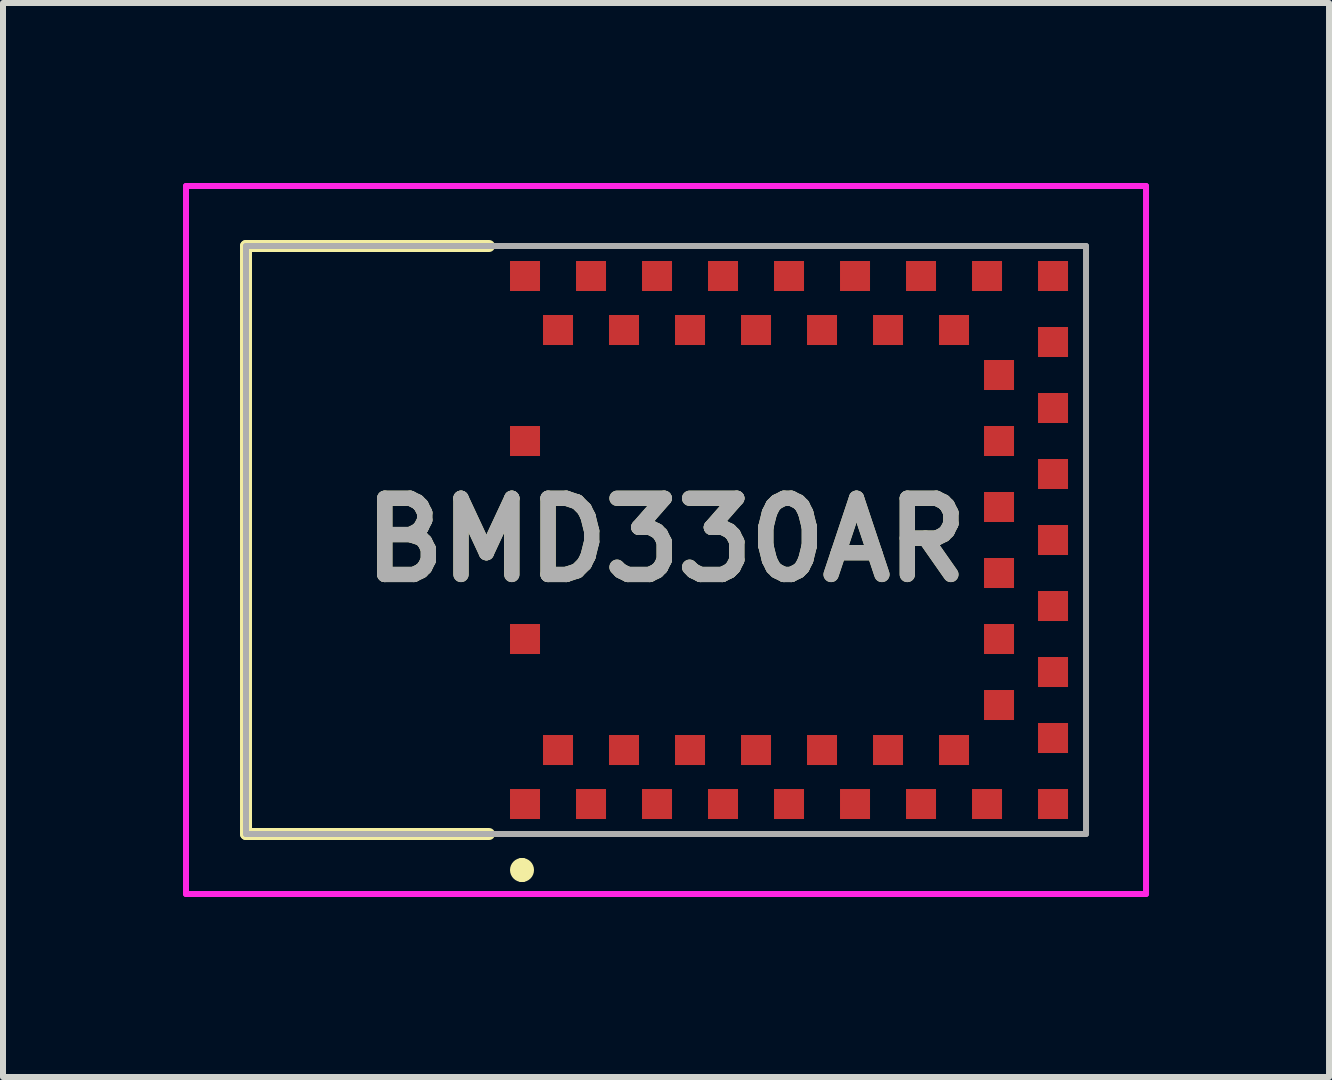
<source format=kicad_pcb>
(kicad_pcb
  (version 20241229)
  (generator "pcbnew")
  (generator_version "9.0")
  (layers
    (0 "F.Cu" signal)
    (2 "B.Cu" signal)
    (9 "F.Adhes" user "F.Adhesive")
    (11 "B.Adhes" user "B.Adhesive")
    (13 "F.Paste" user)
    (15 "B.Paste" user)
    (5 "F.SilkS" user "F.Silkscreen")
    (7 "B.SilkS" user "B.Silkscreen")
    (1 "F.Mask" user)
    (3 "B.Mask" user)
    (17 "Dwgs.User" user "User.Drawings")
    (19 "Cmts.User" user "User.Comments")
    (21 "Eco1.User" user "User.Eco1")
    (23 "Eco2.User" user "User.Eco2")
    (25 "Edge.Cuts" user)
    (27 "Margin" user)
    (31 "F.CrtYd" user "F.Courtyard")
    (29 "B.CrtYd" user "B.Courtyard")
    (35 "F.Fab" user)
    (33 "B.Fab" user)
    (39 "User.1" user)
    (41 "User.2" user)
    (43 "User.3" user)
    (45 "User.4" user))
  (footprint "BMD330AR"
    (layer "F.Cu")
    (at 5.7 5.95)
    (property "Reference" "BMD330AR" (at 2.35 0 0) (layer "F.SilkS") (effects (font (size 1.27 1.27) (thickness 0.254))))
    (attr smd)
    (fp_line (start -4.65 -4.9) (end -4.65 4.9) (stroke (width 0.2) (type solid)) (layer "F.SilkS"))
    (fp_line (start -4.65 4.9) (end -0.6 4.9) (stroke (width 0.2) (type solid)) (layer "F.SilkS"))
    (fp_line (start -0.6 -4.9) (end -4.65 -4.9) (stroke (width 0.2) (type solid)) (layer "F.SilkS"))
    (fp_line (start -0.05 5.4) (end -0.05 5.4) (stroke (width 0.2) (type solid)) (layer "F.SilkS"))
    (fp_line (start -0.05 5.6) (end -0.05 5.6) (stroke (width 0.2) (type solid)) (layer "F.SilkS"))
    (fp_arc (start -0.05 5.4) (mid 0.05 5.5) (end -0.05 5.6) (stroke (width 0.2) (type solid)) (layer "F.SilkS"))
    (fp_arc (start -0.05 5.6) (mid -0.15 5.5) (end -0.05 5.4) (stroke (width 0.2) (type solid)) (layer "F.SilkS"))
    (fp_line (start -5.65 -5.9) (end 10.35 -5.9) (stroke (width 0.1) (type solid)) (layer "F.CrtYd"))
    (fp_line (start -5.65 5.9) (end -5.65 -5.9) (stroke (width 0.1) (type solid)) (layer "F.CrtYd"))
    (fp_line (start 10.35 -5.9) (end 10.35 5.9) (stroke (width 0.1) (type solid)) (layer "F.CrtYd"))
    (fp_line (start 10.35 5.9) (end -5.65 5.9) (stroke (width 0.1) (type solid)) (layer "F.CrtYd"))
    (fp_line (start -4.65 -4.9) (end 9.35 -4.9) (stroke (width 0.1) (type solid)) (layer "F.Fab"))
    (fp_line (start -4.65 4.9) (end -4.65 -4.9) (stroke (width 0.1) (type solid)) (layer "F.Fab"))
    (fp_line (start 9.35 -4.9) (end 9.35 4.9) (stroke (width 0.1) (type solid)) (layer "F.Fab"))
    (fp_line (start 9.35 4.9) (end -4.65 4.9) (stroke (width 0.1) (type solid)) (layer "F.Fab"))
    (fp_text user "${REFERENCE}" (at 2.35 0 0) (layer "F.Fab") (effects (font (size 1.27 1.27) (thickness 0.254))))
    (pad "1" smd rect (at 0 4.4 90) (size 0.5 0.5) (layers "F.Cu" "F.Mask" "F.Paste"))
    (pad "2" smd rect (at 0.55 3.5 90) (size 0.5 0.5) (layers "F.Cu" "F.Mask" "F.Paste"))
    (pad "3" smd rect (at 1.1 4.4 90) (size 0.5 0.5) (layers "F.Cu" "F.Mask" "F.Paste"))
    (pad "4" smd rect (at 1.65 3.5 90) (size 0.5 0.5) (layers "F.Cu" "F.Mask" "F.Paste"))
    (pad "5" smd rect (at 2.2 4.4 90) (size 0.5 0.5) (layers "F.Cu" "F.Mask" "F.Paste"))
    (pad "6" smd rect (at 2.75 3.5 90) (size 0.5 0.5) (layers "F.Cu" "F.Mask" "F.Paste"))
    (pad "7" smd rect (at 3.3 4.4 90) (size 0.5 0.5) (layers "F.Cu" "F.Mask" "F.Paste"))
    (pad "8" smd rect (at 3.85 3.5 90) (size 0.5 0.5) (layers "F.Cu" "F.Mask" "F.Paste"))
    (pad "9" smd rect (at 4.4 4.4 90) (size 0.5 0.5) (layers "F.Cu" "F.Mask" "F.Paste"))
    (pad "10" smd rect (at 4.95 3.5 90) (size 0.5 0.5) (layers "F.Cu" "F.Mask" "F.Paste"))
    (pad "11" smd rect (at 5.5 4.4 90) (size 0.5 0.5) (layers "F.Cu" "F.Mask" "F.Paste"))
    (pad "12" smd rect (at 6.05 3.5 90) (size 0.5 0.5) (layers "F.Cu" "F.Mask" "F.Paste"))
    (pad "13" smd rect (at 6.6 4.4 90) (size 0.5 0.5) (layers "F.Cu" "F.Mask" "F.Paste"))
    (pad "14" smd rect (at 7.15 3.5 90) (size 0.5 0.5) (layers "F.Cu" "F.Mask" "F.Paste"))
    (pad "15" smd rect (at 7.7 4.4 90) (size 0.5 0.5) (layers "F.Cu" "F.Mask" "F.Paste"))
    (pad "16" smd rect (at 8.8 4.4 90) (size 0.5 0.5) (layers "F.Cu" "F.Mask" "F.Paste"))
    (pad "17" smd rect (at 8.8 3.3 90) (size 0.5 0.5) (layers "F.Cu" "F.Mask" "F.Paste"))
    (pad "18" smd rect (at 7.9 2.75 90) (size 0.5 0.5) (layers "F.Cu" "F.Mask" "F.Paste"))
    (pad "19" smd rect (at 8.8 2.2 90) (size 0.5 0.5) (layers "F.Cu" "F.Mask" "F.Paste"))
    (pad "20" smd rect (at 7.9 1.65 90) (size 0.5 0.5) (layers "F.Cu" "F.Mask" "F.Paste"))
    (pad "21" smd rect (at 8.8 1.1 90) (size 0.5 0.5) (layers "F.Cu" "F.Mask" "F.Paste"))
    (pad "22" smd rect (at 7.9 0.55 90) (size 0.5 0.5) (layers "F.Cu" "F.Mask" "F.Paste"))
    (pad "23" smd rect (at 8.8 0 90) (size 0.5 0.5) (layers "F.Cu" "F.Mask" "F.Paste"))
    (pad "24" smd rect (at 7.9 -0.55 90) (size 0.5 0.5) (layers "F.Cu" "F.Mask" "F.Paste"))
    (pad "25" smd rect (at 8.8 -1.1 90) (size 0.5 0.5) (layers "F.Cu" "F.Mask" "F.Paste"))
    (pad "26" smd rect (at 7.9 -1.65 90) (size 0.5 0.5) (layers "F.Cu" "F.Mask" "F.Paste"))
    (pad "27" smd rect (at 8.8 -2.2 90) (size 0.5 0.5) (layers "F.Cu" "F.Mask" "F.Paste"))
    (pad "28" smd rect (at 7.9 -2.75 90) (size 0.5 0.5) (layers "F.Cu" "F.Mask" "F.Paste"))
    (pad "29" smd rect (at 8.8 -3.3 90) (size 0.5 0.5) (layers "F.Cu" "F.Mask" "F.Paste"))
    (pad "30" smd rect (at 8.8 -4.4 90) (size 0.5 0.5) (layers "F.Cu" "F.Mask" "F.Paste"))
    (pad "31" smd rect (at 7.7 -4.4 90) (size 0.5 0.5) (layers "F.Cu" "F.Mask" "F.Paste"))
    (pad "32" smd rect (at 7.15 -3.5 90) (size 0.5 0.5) (layers "F.Cu" "F.Mask" "F.Paste"))
    (pad "33" smd rect (at 6.6 -4.4 90) (size 0.5 0.5) (layers "F.Cu" "F.Mask" "F.Paste"))
    (pad "34" smd rect (at 6.05 -3.5 90) (size 0.5 0.5) (layers "F.Cu" "F.Mask" "F.Paste"))
    (pad "35" smd rect (at 5.5 -4.4 90) (size 0.5 0.5) (layers "F.Cu" "F.Mask" "F.Paste"))
    (pad "36" smd rect (at 4.95 -3.5 90) (size 0.5 0.5) (layers "F.Cu" "F.Mask" "F.Paste"))
    (pad "37" smd rect (at 4.4 -4.4 90) (size 0.5 0.5) (layers "F.Cu" "F.Mask" "F.Paste"))
    (pad "38" smd rect (at 3.85 -3.5 90) (size 0.5 0.5) (layers "F.Cu" "F.Mask" "F.Paste"))
    (pad "39" smd rect (at 3.3 -4.4 90) (size 0.5 0.5) (layers "F.Cu" "F.Mask" "F.Paste"))
    (pad "40" smd rect (at 2.75 -3.5 90) (size 0.5 0.5) (layers "F.Cu" "F.Mask" "F.Paste"))
    (pad "41" smd rect (at 2.2 -4.4 90) (size 0.5 0.5) (layers "F.Cu" "F.Mask" "F.Paste"))
    (pad "42" smd rect (at 1.65 -3.5 90) (size 0.5 0.5) (layers "F.Cu" "F.Mask" "F.Paste"))
    (pad "43" smd rect (at 1.1 -4.4 90) (size 0.5 0.5) (layers "F.Cu" "F.Mask" "F.Paste"))
    (pad "44" smd rect (at 0.55 -3.5 90) (size 0.5 0.5) (layers "F.Cu" "F.Mask" "F.Paste"))
    (pad "45" smd rect (at 0 -4.4 90) (size 0.5 0.5) (layers "F.Cu" "F.Mask" "F.Paste"))
    (pad "46" smd rect (at 0 -1.65 90) (size 0.5 0.5) (layers "F.Cu" "F.Mask" "F.Paste"))
    (pad "47" smd rect (at 0 1.65 90) (size 0.5 0.5) (layers "F.Cu" "F.Mask" "F.Paste")))
  (gr_rect
    (start -3 -3)
    (end 19.1 14.9)
    (stroke (width 0.1) (type default))
    (fill no)
    (layer "Edge.Cuts")))
</source>
